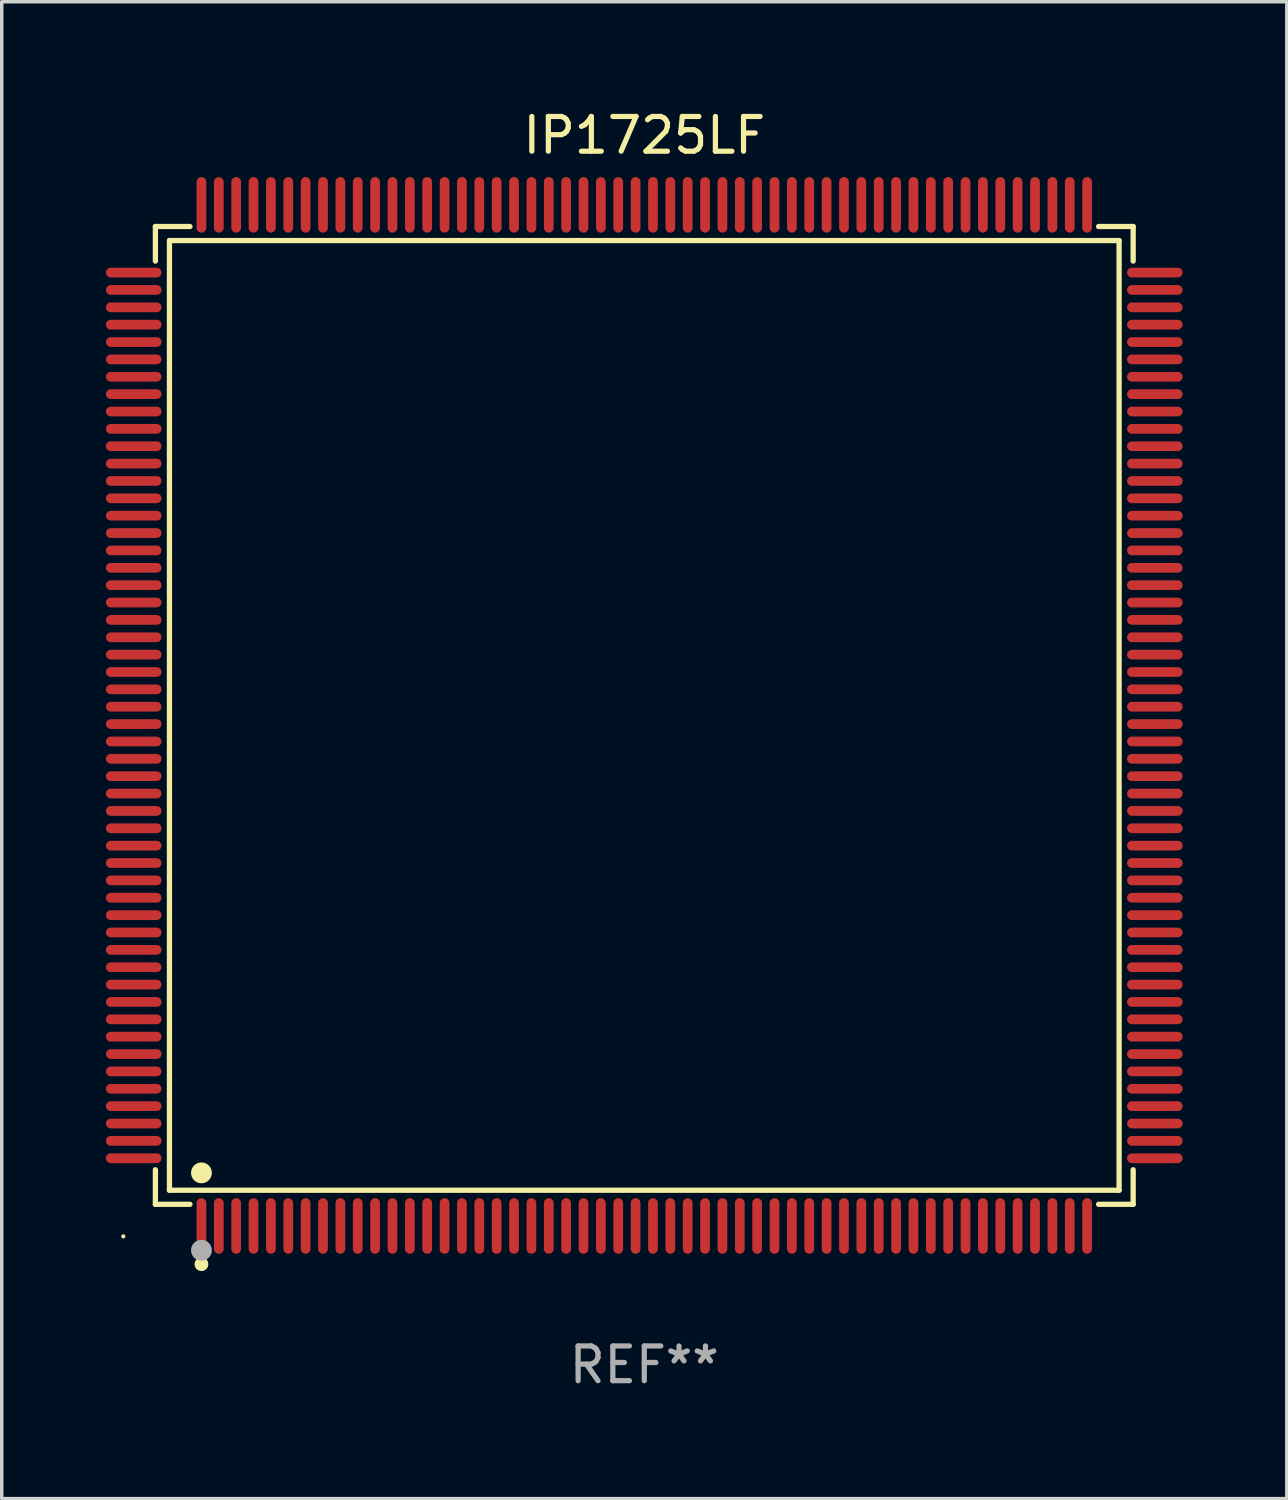
<source format=kicad_pcb>
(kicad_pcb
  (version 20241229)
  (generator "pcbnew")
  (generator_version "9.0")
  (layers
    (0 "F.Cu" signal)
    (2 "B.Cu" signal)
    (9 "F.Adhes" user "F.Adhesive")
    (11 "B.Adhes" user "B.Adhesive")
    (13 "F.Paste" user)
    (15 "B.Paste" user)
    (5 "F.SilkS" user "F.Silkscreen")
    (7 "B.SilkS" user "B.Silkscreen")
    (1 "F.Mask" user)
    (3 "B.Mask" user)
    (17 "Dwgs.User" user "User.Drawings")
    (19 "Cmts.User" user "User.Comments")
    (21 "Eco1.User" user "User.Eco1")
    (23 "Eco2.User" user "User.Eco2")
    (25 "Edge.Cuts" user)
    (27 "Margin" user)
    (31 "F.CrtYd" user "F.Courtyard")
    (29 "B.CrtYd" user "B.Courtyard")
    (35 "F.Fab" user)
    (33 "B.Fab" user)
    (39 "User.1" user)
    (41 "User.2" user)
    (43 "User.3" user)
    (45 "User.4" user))
  (footprint "IP1725LF"
    (layer "F.Cu")
    (at 15.5 17.548)
    (property "Reference" "IP1725LF" (at 0 -16.7 0) (layer "F.SilkS") (effects (font (size 1 1) (thickness 0.15))))
    (attr through_hole)
    (fp_line (start -14.076 -14.076) (end -13.081 -14.076) (stroke (width 0.152) (type solid)) (layer "F.SilkS"))
    (fp_line (start -14.076 -13.081) (end -14.076 -14.076) (stroke (width 0.152) (type solid)) (layer "F.SilkS"))
    (fp_line (start -14.076 13.081) (end -14.076 14.076) (stroke (width 0.152) (type solid)) (layer "F.SilkS"))
    (fp_line (start -14.076 14.076) (end -13.081 14.076) (stroke (width 0.152) (type solid)) (layer "F.SilkS"))
    (fp_line (start -13.671 -13.671) (end 13.671 -13.671) (stroke (width 0.152) (type solid)) (layer "F.SilkS"))
    (fp_line (start -13.671 13.671) (end -13.671 -13.671) (stroke (width 0.152) (type solid)) (layer "F.SilkS"))
    (fp_line (start 13.671 -13.671) (end 13.671 13.671) (stroke (width 0.152) (type solid)) (layer "F.SilkS"))
    (fp_line (start 13.671 13.671) (end -13.671 13.671) (stroke (width 0.152) (type solid)) (layer "F.SilkS"))
    (fp_line (start 14.076 -14.076) (end 13.081 -14.076) (stroke (width 0.152) (type solid)) (layer "F.SilkS"))
    (fp_line (start 14.076 -13.081) (end 14.076 -14.076) (stroke (width 0.152) (type solid)) (layer "F.SilkS"))
    (fp_line (start 14.076 13.081) (end 14.076 14.076) (stroke (width 0.152) (type solid)) (layer "F.SilkS"))
    (fp_line (start 14.076 14.076) (end 13.081 14.076) (stroke (width 0.152) (type solid)) (layer "F.SilkS"))
    (fp_circle (center -15 15) (end -14.97 15) (stroke (width 0.06) (type solid)) (fill no) (layer "F.SilkS"))
    (fp_circle (center -12.75 13.171) (end -12.6 13.171) (stroke (width 0.3) (type solid)) (fill no) (layer "F.SilkS"))
    (fp_circle (center -12.75 15.8) (end -12.65 15.8) (stroke (width 0.2) (type solid)) (fill no) (layer "F.SilkS"))
    (fp_circle (center -12.75 15.4) (end -12.6 15.4) (stroke (width 0.3) (type solid)) (fill no) (layer "F.Fab"))
    (fp_text user "REF**" (at 0 18.7 0) (layer "F.Fab") (effects (font (size 1 1) (thickness 0.15))))
    (pad "1" smd oval (at -12.75 14.7) (size 0.28 1.6) (layers "F.Cu" "F.Mask" "F.Paste"))
    (pad "2" smd oval (at -12.25 14.7) (size 0.28 1.6) (layers "F.Cu" "F.Mask" "F.Paste"))
    (pad "3" smd oval (at -11.75 14.7) (size 0.28 1.6) (layers "F.Cu" "F.Mask" "F.Paste"))
    (pad "4" smd oval (at -11.25 14.7) (size 0.28 1.6) (layers "F.Cu" "F.Mask" "F.Paste"))
    (pad "5" smd oval (at -10.75 14.7) (size 0.28 1.6) (layers "F.Cu" "F.Mask" "F.Paste"))
    (pad "6" smd oval (at -10.25 14.7) (size 0.28 1.6) (layers "F.Cu" "F.Mask" "F.Paste"))
    (pad "7" smd oval (at -9.75 14.7) (size 0.28 1.6) (layers "F.Cu" "F.Mask" "F.Paste"))
    (pad "8" smd oval (at -9.25 14.7) (size 0.28 1.6) (layers "F.Cu" "F.Mask" "F.Paste"))
    (pad "9" smd oval (at -8.75 14.7) (size 0.28 1.6) (layers "F.Cu" "F.Mask" "F.Paste"))
    (pad "10" smd oval (at -8.25 14.7) (size 0.28 1.6) (layers "F.Cu" "F.Mask" "F.Paste"))
    (pad "11" smd oval (at -7.75 14.7) (size 0.28 1.6) (layers "F.Cu" "F.Mask" "F.Paste"))
    (pad "12" smd oval (at -7.25 14.7) (size 0.28 1.6) (layers "F.Cu" "F.Mask" "F.Paste"))
    (pad "13" smd oval (at -6.75 14.7) (size 0.28 1.6) (layers "F.Cu" "F.Mask" "F.Paste"))
    (pad "14" smd oval (at -6.25 14.7) (size 0.28 1.6) (layers "F.Cu" "F.Mask" "F.Paste"))
    (pad "15" smd oval (at -5.75 14.7) (size 0.28 1.6) (layers "F.Cu" "F.Mask" "F.Paste"))
    (pad "16" smd oval (at -5.25 14.7) (size 0.28 1.6) (layers "F.Cu" "F.Mask" "F.Paste"))
    (pad "17" smd oval (at -4.75 14.7) (size 0.28 1.6) (layers "F.Cu" "F.Mask" "F.Paste"))
    (pad "18" smd oval (at -4.25 14.7) (size 0.28 1.6) (layers "F.Cu" "F.Mask" "F.Paste"))
    (pad "19" smd oval (at -3.75 14.7) (size 0.28 1.6) (layers "F.Cu" "F.Mask" "F.Paste"))
    (pad "20" smd oval (at -3.25 14.7) (size 0.28 1.6) (layers "F.Cu" "F.Mask" "F.Paste"))
    (pad "21" smd oval (at -2.75 14.7) (size 0.28 1.6) (layers "F.Cu" "F.Mask" "F.Paste"))
    (pad "22" smd oval (at -2.25 14.7) (size 0.28 1.6) (layers "F.Cu" "F.Mask" "F.Paste"))
    (pad "23" smd oval (at -1.75 14.7) (size 0.28 1.6) (layers "F.Cu" "F.Mask" "F.Paste"))
    (pad "24" smd oval (at -1.25 14.7) (size 0.28 1.6) (layers "F.Cu" "F.Mask" "F.Paste"))
    (pad "25" smd oval (at -0.75 14.7) (size 0.28 1.6) (layers "F.Cu" "F.Mask" "F.Paste"))
    (pad "26" smd oval (at -0.25 14.7) (size 0.28 1.6) (layers "F.Cu" "F.Mask" "F.Paste"))
    (pad "27" smd oval (at 0.25 14.7) (size 0.28 1.6) (layers "F.Cu" "F.Mask" "F.Paste"))
    (pad "28" smd oval (at 0.75 14.7) (size 0.28 1.6) (layers "F.Cu" "F.Mask" "F.Paste"))
    (pad "29" smd oval (at 1.25 14.7) (size 0.28 1.6) (layers "F.Cu" "F.Mask" "F.Paste"))
    (pad "30" smd oval (at 1.75 14.7) (size 0.28 1.6) (layers "F.Cu" "F.Mask" "F.Paste"))
    (pad "31" smd oval (at 2.25 14.7) (size 0.28 1.6) (layers "F.Cu" "F.Mask" "F.Paste"))
    (pad "32" smd oval (at 2.75 14.7) (size 0.28 1.6) (layers "F.Cu" "F.Mask" "F.Paste"))
    (pad "33" smd oval (at 3.25 14.7) (size 0.28 1.6) (layers "F.Cu" "F.Mask" "F.Paste"))
    (pad "34" smd oval (at 3.75 14.7) (size 0.28 1.6) (layers "F.Cu" "F.Mask" "F.Paste"))
    (pad "35" smd oval (at 4.25 14.7) (size 0.28 1.6) (layers "F.Cu" "F.Mask" "F.Paste"))
    (pad "36" smd oval (at 4.75 14.7) (size 0.28 1.6) (layers "F.Cu" "F.Mask" "F.Paste"))
    (pad "37" smd oval (at 5.25 14.7) (size 0.28 1.6) (layers "F.Cu" "F.Mask" "F.Paste"))
    (pad "38" smd oval (at 5.75 14.7) (size 0.28 1.6) (layers "F.Cu" "F.Mask" "F.Paste"))
    (pad "39" smd oval (at 6.25 14.7) (size 0.28 1.6) (layers "F.Cu" "F.Mask" "F.Paste"))
    (pad "40" smd oval (at 6.75 14.7) (size 0.28 1.6) (layers "F.Cu" "F.Mask" "F.Paste"))
    (pad "41" smd oval (at 7.25 14.7) (size 0.28 1.6) (layers "F.Cu" "F.Mask" "F.Paste"))
    (pad "42" smd oval (at 7.75 14.7) (size 0.28 1.6) (layers "F.Cu" "F.Mask" "F.Paste"))
    (pad "43" smd oval (at 8.25 14.7) (size 0.28 1.6) (layers "F.Cu" "F.Mask" "F.Paste"))
    (pad "44" smd oval (at 8.75 14.7) (size 0.28 1.6) (layers "F.Cu" "F.Mask" "F.Paste"))
    (pad "45" smd oval (at 9.25 14.7) (size 0.28 1.6) (layers "F.Cu" "F.Mask" "F.Paste"))
    (pad "46" smd oval (at 9.75 14.7) (size 0.28 1.6) (layers "F.Cu" "F.Mask" "F.Paste"))
    (pad "47" smd oval (at 10.25 14.7) (size 0.28 1.6) (layers "F.Cu" "F.Mask" "F.Paste"))
    (pad "48" smd oval (at 10.75 14.7) (size 0.28 1.6) (layers "F.Cu" "F.Mask" "F.Paste"))
    (pad "49" smd oval (at 11.25 14.7) (size 0.28 1.6) (layers "F.Cu" "F.Mask" "F.Paste"))
    (pad "50" smd oval (at 11.75 14.7) (size 0.28 1.6) (layers "F.Cu" "F.Mask" "F.Paste"))
    (pad "51" smd oval (at 12.25 14.7) (size 0.28 1.6) (layers "F.Cu" "F.Mask" "F.Paste"))
    (pad "52" smd oval (at 12.75 14.7) (size 0.28 1.6) (layers "F.Cu" "F.Mask" "F.Paste"))
    (pad "53" smd oval (at 14.7 12.75) (size 1.6 0.28) (layers "F.Cu" "F.Mask" "F.Paste"))
    (pad "54" smd oval (at 14.7 12.25) (size 1.6 0.28) (layers "F.Cu" "F.Mask" "F.Paste"))
    (pad "55" smd oval (at 14.7 11.75) (size 1.6 0.28) (layers "F.Cu" "F.Mask" "F.Paste"))
    (pad "56" smd oval (at 14.7 11.25) (size 1.6 0.28) (layers "F.Cu" "F.Mask" "F.Paste"))
    (pad "57" smd oval (at 14.7 10.75) (size 1.6 0.28) (layers "F.Cu" "F.Mask" "F.Paste"))
    (pad "58" smd oval (at 14.7 10.25) (size 1.6 0.28) (layers "F.Cu" "F.Mask" "F.Paste"))
    (pad "59" smd oval (at 14.7 9.75) (size 1.6 0.28) (layers "F.Cu" "F.Mask" "F.Paste"))
    (pad "60" smd oval (at 14.7 9.25) (size 1.6 0.28) (layers "F.Cu" "F.Mask" "F.Paste"))
    (pad "61" smd oval (at 14.7 8.75) (size 1.6 0.28) (layers "F.Cu" "F.Mask" "F.Paste"))
    (pad "62" smd oval (at 14.7 8.25) (size 1.6 0.28) (layers "F.Cu" "F.Mask" "F.Paste"))
    (pad "63" smd oval (at 14.7 7.75) (size 1.6 0.28) (layers "F.Cu" "F.Mask" "F.Paste"))
    (pad "64" smd oval (at 14.7 7.25) (size 1.6 0.28) (layers "F.Cu" "F.Mask" "F.Paste"))
    (pad "65" smd oval (at 14.7 6.75) (size 1.6 0.28) (layers "F.Cu" "F.Mask" "F.Paste"))
    (pad "66" smd oval (at 14.7 6.25) (size 1.6 0.28) (layers "F.Cu" "F.Mask" "F.Paste"))
    (pad "67" smd oval (at 14.7 5.75) (size 1.6 0.28) (layers "F.Cu" "F.Mask" "F.Paste"))
    (pad "68" smd oval (at 14.7 5.25) (size 1.6 0.28) (layers "F.Cu" "F.Mask" "F.Paste"))
    (pad "69" smd oval (at 14.7 4.75) (size 1.6 0.28) (layers "F.Cu" "F.Mask" "F.Paste"))
    (pad "70" smd oval (at 14.7 4.25) (size 1.6 0.28) (layers "F.Cu" "F.Mask" "F.Paste"))
    (pad "71" smd oval (at 14.7 3.75) (size 1.6 0.28) (layers "F.Cu" "F.Mask" "F.Paste"))
    (pad "72" smd oval (at 14.7 3.25) (size 1.6 0.28) (layers "F.Cu" "F.Mask" "F.Paste"))
    (pad "73" smd oval (at 14.7 2.75) (size 1.6 0.28) (layers "F.Cu" "F.Mask" "F.Paste"))
    (pad "74" smd oval (at 14.7 2.25) (size 1.6 0.28) (layers "F.Cu" "F.Mask" "F.Paste"))
    (pad "75" smd oval (at 14.7 1.75) (size 1.6 0.28) (layers "F.Cu" "F.Mask" "F.Paste"))
    (pad "76" smd oval (at 14.7 1.25) (size 1.6 0.28) (layers "F.Cu" "F.Mask" "F.Paste"))
    (pad "77" smd oval (at 14.7 0.75) (size 1.6 0.28) (layers "F.Cu" "F.Mask" "F.Paste"))
    (pad "78" smd oval (at 14.7 0.25) (size 1.6 0.28) (layers "F.Cu" "F.Mask" "F.Paste"))
    (pad "79" smd oval (at 14.7 -0.25) (size 1.6 0.28) (layers "F.Cu" "F.Mask" "F.Paste"))
    (pad "80" smd oval (at 14.7 -0.75) (size 1.6 0.28) (layers "F.Cu" "F.Mask" "F.Paste"))
    (pad "81" smd oval (at 14.7 -1.25) (size 1.6 0.28) (layers "F.Cu" "F.Mask" "F.Paste"))
    (pad "82" smd oval (at 14.7 -1.75) (size 1.6 0.28) (layers "F.Cu" "F.Mask" "F.Paste"))
    (pad "83" smd oval (at 14.7 -2.25) (size 1.6 0.28) (layers "F.Cu" "F.Mask" "F.Paste"))
    (pad "84" smd oval (at 14.7 -2.75) (size 1.6 0.28) (layers "F.Cu" "F.Mask" "F.Paste"))
    (pad "85" smd oval (at 14.7 -3.25) (size 1.6 0.28) (layers "F.Cu" "F.Mask" "F.Paste"))
    (pad "86" smd oval (at 14.7 -3.75) (size 1.6 0.28) (layers "F.Cu" "F.Mask" "F.Paste"))
    (pad "87" smd oval (at 14.7 -4.25) (size 1.6 0.28) (layers "F.Cu" "F.Mask" "F.Paste"))
    (pad "88" smd oval (at 14.7 -4.75) (size 1.6 0.28) (layers "F.Cu" "F.Mask" "F.Paste"))
    (pad "89" smd oval (at 14.7 -5.25) (size 1.6 0.28) (layers "F.Cu" "F.Mask" "F.Paste"))
    (pad "90" smd oval (at 14.7 -5.75) (size 1.6 0.28) (layers "F.Cu" "F.Mask" "F.Paste"))
    (pad "91" smd oval (at 14.7 -6.25) (size 1.6 0.28) (layers "F.Cu" "F.Mask" "F.Paste"))
    (pad "92" smd oval (at 14.7 -6.75) (size 1.6 0.28) (layers "F.Cu" "F.Mask" "F.Paste"))
    (pad "93" smd oval (at 14.7 -7.25) (size 1.6 0.28) (layers "F.Cu" "F.Mask" "F.Paste"))
    (pad "94" smd oval (at 14.7 -7.75) (size 1.6 0.28) (layers "F.Cu" "F.Mask" "F.Paste"))
    (pad "95" smd oval (at 14.7 -8.25) (size 1.6 0.28) (layers "F.Cu" "F.Mask" "F.Paste"))
    (pad "96" smd oval (at 14.7 -8.75) (size 1.6 0.28) (layers "F.Cu" "F.Mask" "F.Paste"))
    (pad "97" smd oval (at 14.7 -9.25) (size 1.6 0.28) (layers "F.Cu" "F.Mask" "F.Paste"))
    (pad "98" smd oval (at 14.7 -9.75) (size 1.6 0.28) (layers "F.Cu" "F.Mask" "F.Paste"))
    (pad "99" smd oval (at 14.7 -10.25) (size 1.6 0.28) (layers "F.Cu" "F.Mask" "F.Paste"))
    (pad "100" smd oval (at 14.7 -10.75) (size 1.6 0.28) (layers "F.Cu" "F.Mask" "F.Paste"))
    (pad "101" smd oval (at 14.7 -11.25) (size 1.6 0.28) (layers "F.Cu" "F.Mask" "F.Paste"))
    (pad "102" smd oval (at 14.7 -11.75) (size 1.6 0.28) (layers "F.Cu" "F.Mask" "F.Paste"))
    (pad "103" smd oval (at 14.7 -12.25) (size 1.6 0.28) (layers "F.Cu" "F.Mask" "F.Paste"))
    (pad "104" smd oval (at 14.7 -12.75) (size 1.6 0.28) (layers "F.Cu" "F.Mask" "F.Paste"))
    (pad "105" smd oval (at 12.75 -14.7) (size 0.28 1.6) (layers "F.Cu" "F.Mask" "F.Paste"))
    (pad "106" smd oval (at 12.25 -14.7) (size 0.28 1.6) (layers "F.Cu" "F.Mask" "F.Paste"))
    (pad "107" smd oval (at 11.75 -14.7) (size 0.28 1.6) (layers "F.Cu" "F.Mask" "F.Paste"))
    (pad "108" smd oval (at 11.25 -14.7) (size 0.28 1.6) (layers "F.Cu" "F.Mask" "F.Paste"))
    (pad "109" smd oval (at 10.75 -14.7) (size 0.28 1.6) (layers "F.Cu" "F.Mask" "F.Paste"))
    (pad "110" smd oval (at 10.25 -14.7) (size 0.28 1.6) (layers "F.Cu" "F.Mask" "F.Paste"))
    (pad "111" smd oval (at 9.75 -14.7) (size 0.28 1.6) (layers "F.Cu" "F.Mask" "F.Paste"))
    (pad "112" smd oval (at 9.25 -14.7) (size 0.28 1.6) (layers "F.Cu" "F.Mask" "F.Paste"))
    (pad "113" smd oval (at 8.75 -14.7) (size 0.28 1.6) (layers "F.Cu" "F.Mask" "F.Paste"))
    (pad "114" smd oval (at 8.25 -14.7) (size 0.28 1.6) (layers "F.Cu" "F.Mask" "F.Paste"))
    (pad "115" smd oval (at 7.75 -14.7) (size 0.28 1.6) (layers "F.Cu" "F.Mask" "F.Paste"))
    (pad "116" smd oval (at 7.25 -14.7) (size 0.28 1.6) (layers "F.Cu" "F.Mask" "F.Paste"))
    (pad "117" smd oval (at 6.75 -14.7) (size 0.28 1.6) (layers "F.Cu" "F.Mask" "F.Paste"))
    (pad "118" smd oval (at 6.25 -14.7) (size 0.28 1.6) (layers "F.Cu" "F.Mask" "F.Paste"))
    (pad "119" smd oval (at 5.75 -14.7) (size 0.28 1.6) (layers "F.Cu" "F.Mask" "F.Paste"))
    (pad "120" smd oval (at 5.25 -14.7) (size 0.28 1.6) (layers "F.Cu" "F.Mask" "F.Paste"))
    (pad "121" smd oval (at 4.75 -14.7) (size 0.28 1.6) (layers "F.Cu" "F.Mask" "F.Paste"))
    (pad "122" smd oval (at 4.25 -14.7) (size 0.28 1.6) (layers "F.Cu" "F.Mask" "F.Paste"))
    (pad "123" smd oval (at 3.75 -14.7) (size 0.28 1.6) (layers "F.Cu" "F.Mask" "F.Paste"))
    (pad "124" smd oval (at 3.25 -14.7) (size 0.28 1.6) (layers "F.Cu" "F.Mask" "F.Paste"))
    (pad "125" smd oval (at 2.75 -14.7) (size 0.28 1.6) (layers "F.Cu" "F.Mask" "F.Paste"))
    (pad "126" smd oval (at 2.25 -14.7) (size 0.28 1.6) (layers "F.Cu" "F.Mask" "F.Paste"))
    (pad "127" smd oval (at 1.75 -14.7) (size 0.28 1.6) (layers "F.Cu" "F.Mask" "F.Paste"))
    (pad "128" smd oval (at 1.25 -14.7) (size 0.28 1.6) (layers "F.Cu" "F.Mask" "F.Paste"))
    (pad "129" smd oval (at 0.75 -14.7) (size 0.28 1.6) (layers "F.Cu" "F.Mask" "F.Paste"))
    (pad "130" smd oval (at 0.25 -14.7) (size 0.28 1.6) (layers "F.Cu" "F.Mask" "F.Paste"))
    (pad "131" smd oval (at -0.25 -14.7) (size 0.28 1.6) (layers "F.Cu" "F.Mask" "F.Paste"))
    (pad "132" smd oval (at -0.75 -14.7) (size 0.28 1.6) (layers "F.Cu" "F.Mask" "F.Paste"))
    (pad "133" smd oval (at -1.25 -14.7) (size 0.28 1.6) (layers "F.Cu" "F.Mask" "F.Paste"))
    (pad "134" smd oval (at -1.75 -14.7) (size 0.28 1.6) (layers "F.Cu" "F.Mask" "F.Paste"))
    (pad "135" smd oval (at -2.25 -14.7) (size 0.28 1.6) (layers "F.Cu" "F.Mask" "F.Paste"))
    (pad "136" smd oval (at -2.75 -14.7) (size 0.28 1.6) (layers "F.Cu" "F.Mask" "F.Paste"))
    (pad "137" smd oval (at -3.25 -14.7) (size 0.28 1.6) (layers "F.Cu" "F.Mask" "F.Paste"))
    (pad "138" smd oval (at -3.75 -14.7) (size 0.28 1.6) (layers "F.Cu" "F.Mask" "F.Paste"))
    (pad "139" smd oval (at -4.25 -14.7) (size 0.28 1.6) (layers "F.Cu" "F.Mask" "F.Paste"))
    (pad "140" smd oval (at -4.75 -14.7) (size 0.28 1.6) (layers "F.Cu" "F.Mask" "F.Paste"))
    (pad "141" smd oval (at -5.25 -14.7) (size 0.28 1.6) (layers "F.Cu" "F.Mask" "F.Paste"))
    (pad "142" smd oval (at -5.75 -14.7) (size 0.28 1.6) (layers "F.Cu" "F.Mask" "F.Paste"))
    (pad "143" smd oval (at -6.25 -14.7) (size 0.28 1.6) (layers "F.Cu" "F.Mask" "F.Paste"))
    (pad "144" smd oval (at -6.75 -14.7) (size 0.28 1.6) (layers "F.Cu" "F.Mask" "F.Paste"))
    (pad "145" smd oval (at -7.25 -14.7) (size 0.28 1.6) (layers "F.Cu" "F.Mask" "F.Paste"))
    (pad "146" smd oval (at -7.75 -14.7) (size 0.28 1.6) (layers "F.Cu" "F.Mask" "F.Paste"))
    (pad "147" smd oval (at -8.25 -14.7) (size 0.28 1.6) (layers "F.Cu" "F.Mask" "F.Paste"))
    (pad "148" smd oval (at -8.75 -14.7) (size 0.28 1.6) (layers "F.Cu" "F.Mask" "F.Paste"))
    (pad "149" smd oval (at -9.25 -14.7) (size 0.28 1.6) (layers "F.Cu" "F.Mask" "F.Paste"))
    (pad "150" smd oval (at -9.75 -14.7) (size 0.28 1.6) (layers "F.Cu" "F.Mask" "F.Paste"))
    (pad "151" smd oval (at -10.25 -14.7) (size 0.28 1.6) (layers "F.Cu" "F.Mask" "F.Paste"))
    (pad "152" smd oval (at -10.75 -14.7) (size 0.28 1.6) (layers "F.Cu" "F.Mask" "F.Paste"))
    (pad "153" smd oval (at -11.25 -14.7) (size 0.28 1.6) (layers "F.Cu" "F.Mask" "F.Paste"))
    (pad "154" smd oval (at -11.75 -14.7) (size 0.28 1.6) (layers "F.Cu" "F.Mask" "F.Paste"))
    (pad "155" smd oval (at -12.25 -14.7) (size 0.28 1.6) (layers "F.Cu" "F.Mask" "F.Paste"))
    (pad "156" smd oval (at -12.75 -14.7) (size 0.28 1.6) (layers "F.Cu" "F.Mask" "F.Paste"))
    (pad "157" smd oval (at -14.7 -12.75) (size 1.6 0.28) (layers "F.Cu" "F.Mask" "F.Paste"))
    (pad "158" smd oval (at -14.7 -12.25) (size 1.6 0.28) (layers "F.Cu" "F.Mask" "F.Paste"))
    (pad "159" smd oval (at -14.7 -11.75) (size 1.6 0.28) (layers "F.Cu" "F.Mask" "F.Paste"))
    (pad "160" smd oval (at -14.7 -11.25) (size 1.6 0.28) (layers "F.Cu" "F.Mask" "F.Paste"))
    (pad "161" smd oval (at -14.7 -10.75) (size 1.6 0.28) (layers "F.Cu" "F.Mask" "F.Paste"))
    (pad "162" smd oval (at -14.7 -10.25) (size 1.6 0.28) (layers "F.Cu" "F.Mask" "F.Paste"))
    (pad "163" smd oval (at -14.7 -9.75) (size 1.6 0.28) (layers "F.Cu" "F.Mask" "F.Paste"))
    (pad "164" smd oval (at -14.7 -9.25) (size 1.6 0.28) (layers "F.Cu" "F.Mask" "F.Paste"))
    (pad "165" smd oval (at -14.7 -8.75) (size 1.6 0.28) (layers "F.Cu" "F.Mask" "F.Paste"))
    (pad "166" smd oval (at -14.7 -8.25) (size 1.6 0.28) (layers "F.Cu" "F.Mask" "F.Paste"))
    (pad "167" smd oval (at -14.7 -7.75) (size 1.6 0.28) (layers "F.Cu" "F.Mask" "F.Paste"))
    (pad "168" smd oval (at -14.7 -7.25) (size 1.6 0.28) (layers "F.Cu" "F.Mask" "F.Paste"))
    (pad "169" smd oval (at -14.7 -6.75) (size 1.6 0.28) (layers "F.Cu" "F.Mask" "F.Paste"))
    (pad "170" smd oval (at -14.7 -6.25) (size 1.6 0.28) (layers "F.Cu" "F.Mask" "F.Paste"))
    (pad "171" smd oval (at -14.7 -5.75) (size 1.6 0.28) (layers "F.Cu" "F.Mask" "F.Paste"))
    (pad "172" smd oval (at -14.7 -5.25) (size 1.6 0.28) (layers "F.Cu" "F.Mask" "F.Paste"))
    (pad "173" smd oval (at -14.7 -4.75) (size 1.6 0.28) (layers "F.Cu" "F.Mask" "F.Paste"))
    (pad "174" smd oval (at -14.7 -4.25) (size 1.6 0.28) (layers "F.Cu" "F.Mask" "F.Paste"))
    (pad "175" smd oval (at -14.7 -3.75) (size 1.6 0.28) (layers "F.Cu" "F.Mask" "F.Paste"))
    (pad "176" smd oval (at -14.7 -3.25) (size 1.6 0.28) (layers "F.Cu" "F.Mask" "F.Paste"))
    (pad "177" smd oval (at -14.7 -2.75) (size 1.6 0.28) (layers "F.Cu" "F.Mask" "F.Paste"))
    (pad "178" smd oval (at -14.7 -2.25) (size 1.6 0.28) (layers "F.Cu" "F.Mask" "F.Paste"))
    (pad "179" smd oval (at -14.7 -1.75) (size 1.6 0.28) (layers "F.Cu" "F.Mask" "F.Paste"))
    (pad "180" smd oval (at -14.7 -1.25) (size 1.6 0.28) (layers "F.Cu" "F.Mask" "F.Paste"))
    (pad "181" smd oval (at -14.7 -0.75) (size 1.6 0.28) (layers "F.Cu" "F.Mask" "F.Paste"))
    (pad "182" smd oval (at -14.7 -0.25) (size 1.6 0.28) (layers "F.Cu" "F.Mask" "F.Paste"))
    (pad "183" smd oval (at -14.7 0.25) (size 1.6 0.28) (layers "F.Cu" "F.Mask" "F.Paste"))
    (pad "184" smd oval (at -14.7 0.75) (size 1.6 0.28) (layers "F.Cu" "F.Mask" "F.Paste"))
    (pad "185" smd oval (at -14.7 1.25) (size 1.6 0.28) (layers "F.Cu" "F.Mask" "F.Paste"))
    (pad "186" smd oval (at -14.7 1.75) (size 1.6 0.28) (layers "F.Cu" "F.Mask" "F.Paste"))
    (pad "187" smd oval (at -14.7 2.25) (size 1.6 0.28) (layers "F.Cu" "F.Mask" "F.Paste"))
    (pad "188" smd oval (at -14.7 2.75) (size 1.6 0.28) (layers "F.Cu" "F.Mask" "F.Paste"))
    (pad "189" smd oval (at -14.7 3.25) (size 1.6 0.28) (layers "F.Cu" "F.Mask" "F.Paste"))
    (pad "190" smd oval (at -14.7 3.75) (size 1.6 0.28) (layers "F.Cu" "F.Mask" "F.Paste"))
    (pad "191" smd oval (at -14.7 4.25) (size 1.6 0.28) (layers "F.Cu" "F.Mask" "F.Paste"))
    (pad "192" smd oval (at -14.7 4.75) (size 1.6 0.28) (layers "F.Cu" "F.Mask" "F.Paste"))
    (pad "193" smd oval (at -14.7 5.25) (size 1.6 0.28) (layers "F.Cu" "F.Mask" "F.Paste"))
    (pad "194" smd oval (at -14.7 5.75) (size 1.6 0.28) (layers "F.Cu" "F.Mask" "F.Paste"))
    (pad "195" smd oval (at -14.7 6.25) (size 1.6 0.28) (layers "F.Cu" "F.Mask" "F.Paste"))
    (pad "196" smd oval (at -14.7 6.75) (size 1.6 0.28) (layers "F.Cu" "F.Mask" "F.Paste"))
    (pad "197" smd oval (at -14.7 7.25) (size 1.6 0.28) (layers "F.Cu" "F.Mask" "F.Paste"))
    (pad "198" smd oval (at -14.7 7.75) (size 1.6 0.28) (layers "F.Cu" "F.Mask" "F.Paste"))
    (pad "199" smd oval (at -14.7 8.25) (size 1.6 0.28) (layers "F.Cu" "F.Mask" "F.Paste"))
    (pad "200" smd oval (at -14.7 8.75) (size 1.6 0.28) (layers "F.Cu" "F.Mask" "F.Paste"))
    (pad "201" smd oval (at -14.7 9.25) (size 1.6 0.28) (layers "F.Cu" "F.Mask" "F.Paste"))
    (pad "202" smd oval (at -14.7 9.75) (size 1.6 0.28) (layers "F.Cu" "F.Mask" "F.Paste"))
    (pad "203" smd oval (at -14.7 10.25) (size 1.6 0.28) (layers "F.Cu" "F.Mask" "F.Paste"))
    (pad "204" smd oval (at -14.7 10.75) (size 1.6 0.28) (layers "F.Cu" "F.Mask" "F.Paste"))
    (pad "205" smd oval (at -14.7 11.25) (size 1.6 0.28) (layers "F.Cu" "F.Mask" "F.Paste"))
    (pad "206" smd oval (at -14.7 11.75) (size 1.6 0.28) (layers "F.Cu" "F.Mask" "F.Paste"))
    (pad "207" smd oval (at -14.7 12.25) (size 1.6 0.28) (layers "F.Cu" "F.Mask" "F.Paste"))
    (pad "208" smd oval (at -14.7 12.75) (size 1.6 0.28) (layers "F.Cu" "F.Mask" "F.Paste")))
  (gr_rect
    (start -3 -3)
    (end 34 40.097)
    (stroke (width 0.1) (type default))
    (fill no)
    (layer "Edge.Cuts")))
</source>
